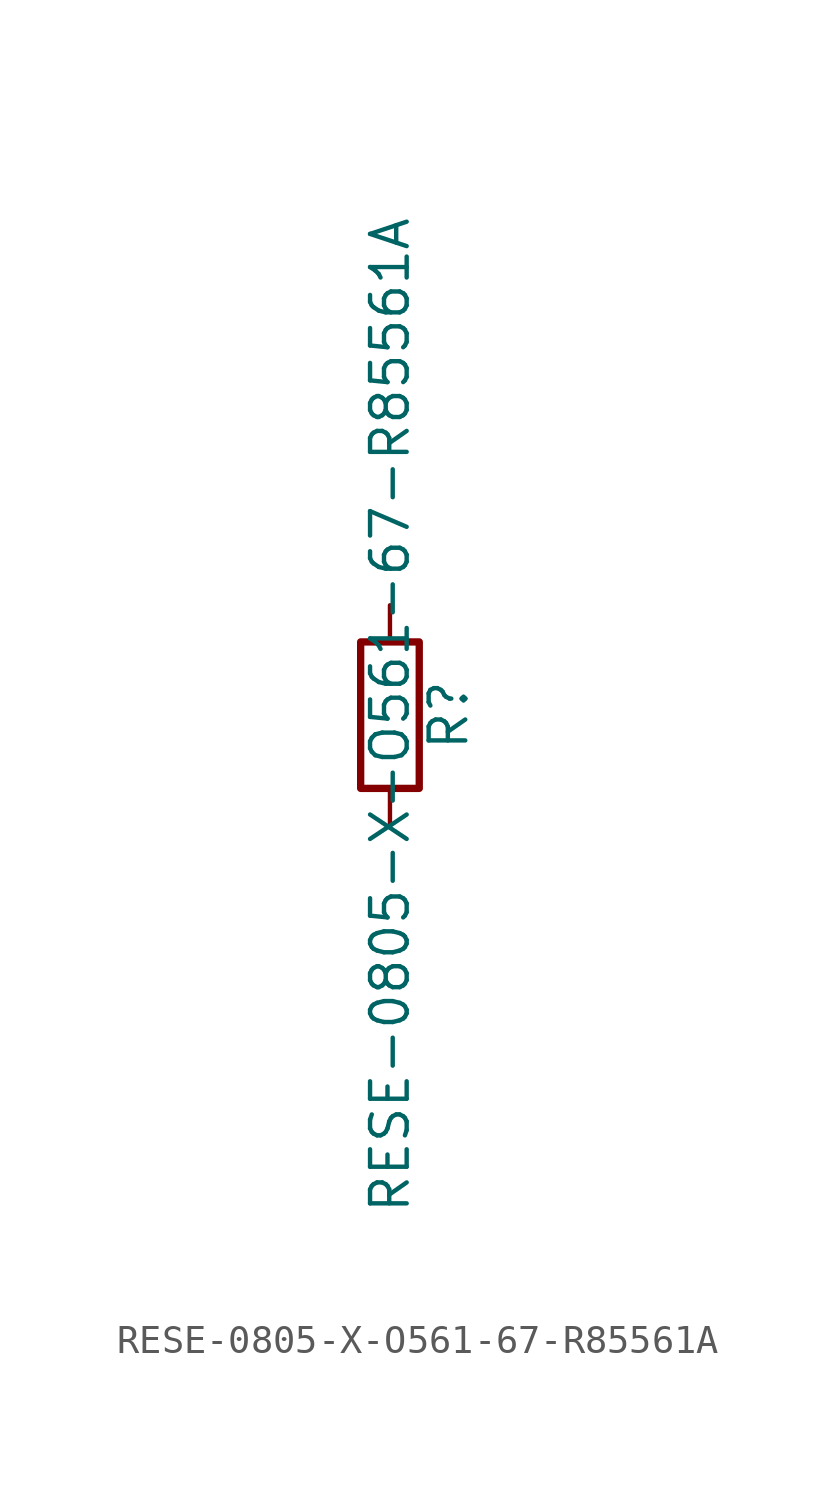
<source format=kicad_sym>
(kicad_symbol_lib
  (version 20211014)
  (generator kicad_symbol_editor)
  (symbol "RESE-0805-X-O561-67-R85561A"
    (pin_numbers hide)
    (pin_names
      (offset 0))
    (property "Reference" "R"
      (at 2.032 0 90)
      (effects (font (size 1.27 1.27))))
    (property "Value" "RESE-0805-X-O561-67-R85561A"
      (at 0 0 90)
      (effects (font (size 1.27 1.27))))
    (symbol "RESE-0805-X-O561-67-R85561A_0_1"
      (rectangle (start -1.016 -2.54) (end 1.016 2.54) (stroke (width 0.254) (type default) (color 0 0 0 0)) (fill (type none))))
    (symbol "RESE-0805-X-O561-67-R85561A_1_1"
      (pin passive line (at 0 3.81 270) (length 1.27) (name "~" (effects (font (size 1.27 1.27)))) (number "1" (effects (font (size 1.27 1.27)))))
      (pin passive line (at 0 -3.81 90) (length 1.27) (name "~" (effects (font (size 1.27 1.27)))) (number "2" (effects (font (size 1.27 1.27))))))))
</source>
